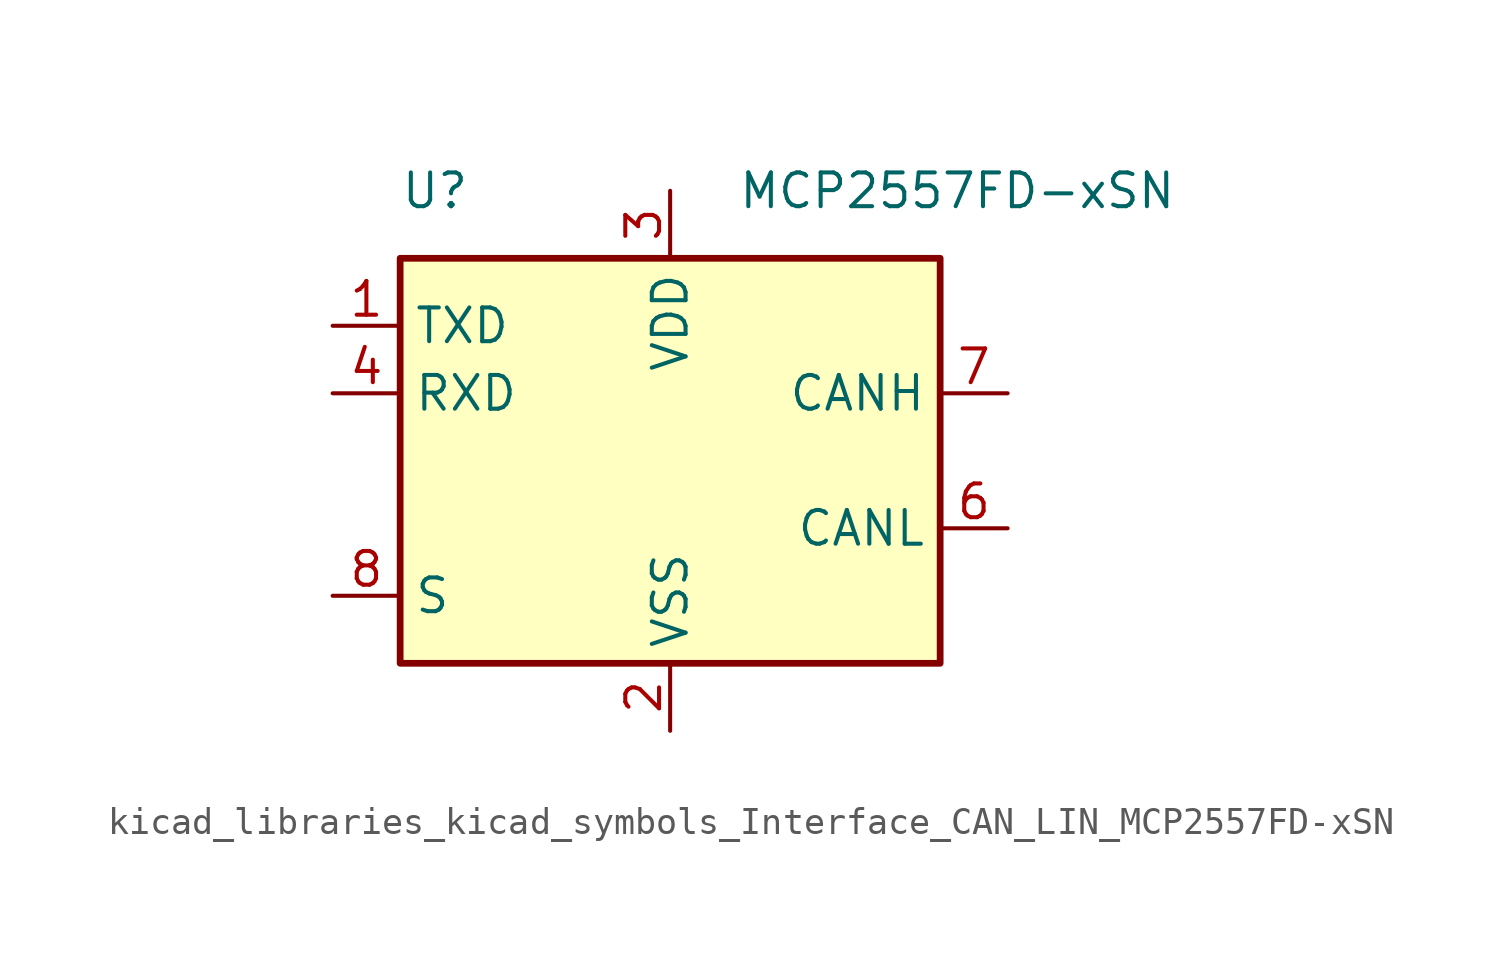
<source format=kicad_sym>
(kicad_symbol_lib
  (version 20220914)
  (generator kicad_symbol_editor)
  (symbol "kicad_libraries_kicad_symbols_Interface_CAN_LIN_MCP2557FD-xSN"
    (property "Reference" "U"
      (at -10.16 10.16 0)
      (effects (font (size 1.27 1.27)) (justify left)))
    (property "Value" "MCP2557FD-xSN"
      (at 2.54 10.16 0)
      (effects (font (size 1.27 1.27)) (justify left)))
    (symbol "kicad_libraries_kicad_symbols_Interface_CAN_LIN_MCP2557FD-xSN_0_1"
      (rectangle (start -10.16 7.62) (end 10.16 -7.62) (stroke (width 0.254) (type default)) (fill (type background))))
    (symbol "kicad_libraries_kicad_symbols_Interface_CAN_LIN_MCP2557FD-xSN_1_1"
      (pin input line (at -12.7 5.08 0) (length 2.54) (name "TXD" (effects (font (size 1.27 1.27)))) (number "1" (effects (font (size 1.27 1.27)))))
      (pin power_in line (at 0 -10.16 90) (length 2.54) (name "VSS" (effects (font (size 1.27 1.27)))) (number "2" (effects (font (size 1.27 1.27)))))
      (pin power_in line (at 0 10.16 270) (length 2.54) (name "VDD" (effects (font (size 1.27 1.27)))) (number "3" (effects (font (size 1.27 1.27)))))
      (pin output line (at -12.7 2.54 0) (length 2.54) (name "RXD" (effects (font (size 1.27 1.27)))) (number "4" (effects (font (size 1.27 1.27)))))
      (pin no_connect line (at -10.16 -2.54 0) (length 2.54) hide (name "NC" (effects (font (size 1.27 1.27)))) (number "5" (effects (font (size 1.27 1.27)))))
      (pin bidirectional line (at 12.7 -2.54 180) (length 2.54) (name "CANL" (effects (font (size 1.27 1.27)))) (number "6" (effects (font (size 1.27 1.27)))))
      (pin bidirectional line (at 12.7 2.54 180) (length 2.54) (name "CANH" (effects (font (size 1.27 1.27)))) (number "7" (effects (font (size 1.27 1.27)))))
      (pin input line (at -12.7 -5.08 0) (length 2.54) (name "S" (effects (font (size 1.27 1.27)))) (number "8" (effects (font (size 1.27 1.27))))))))
</source>
